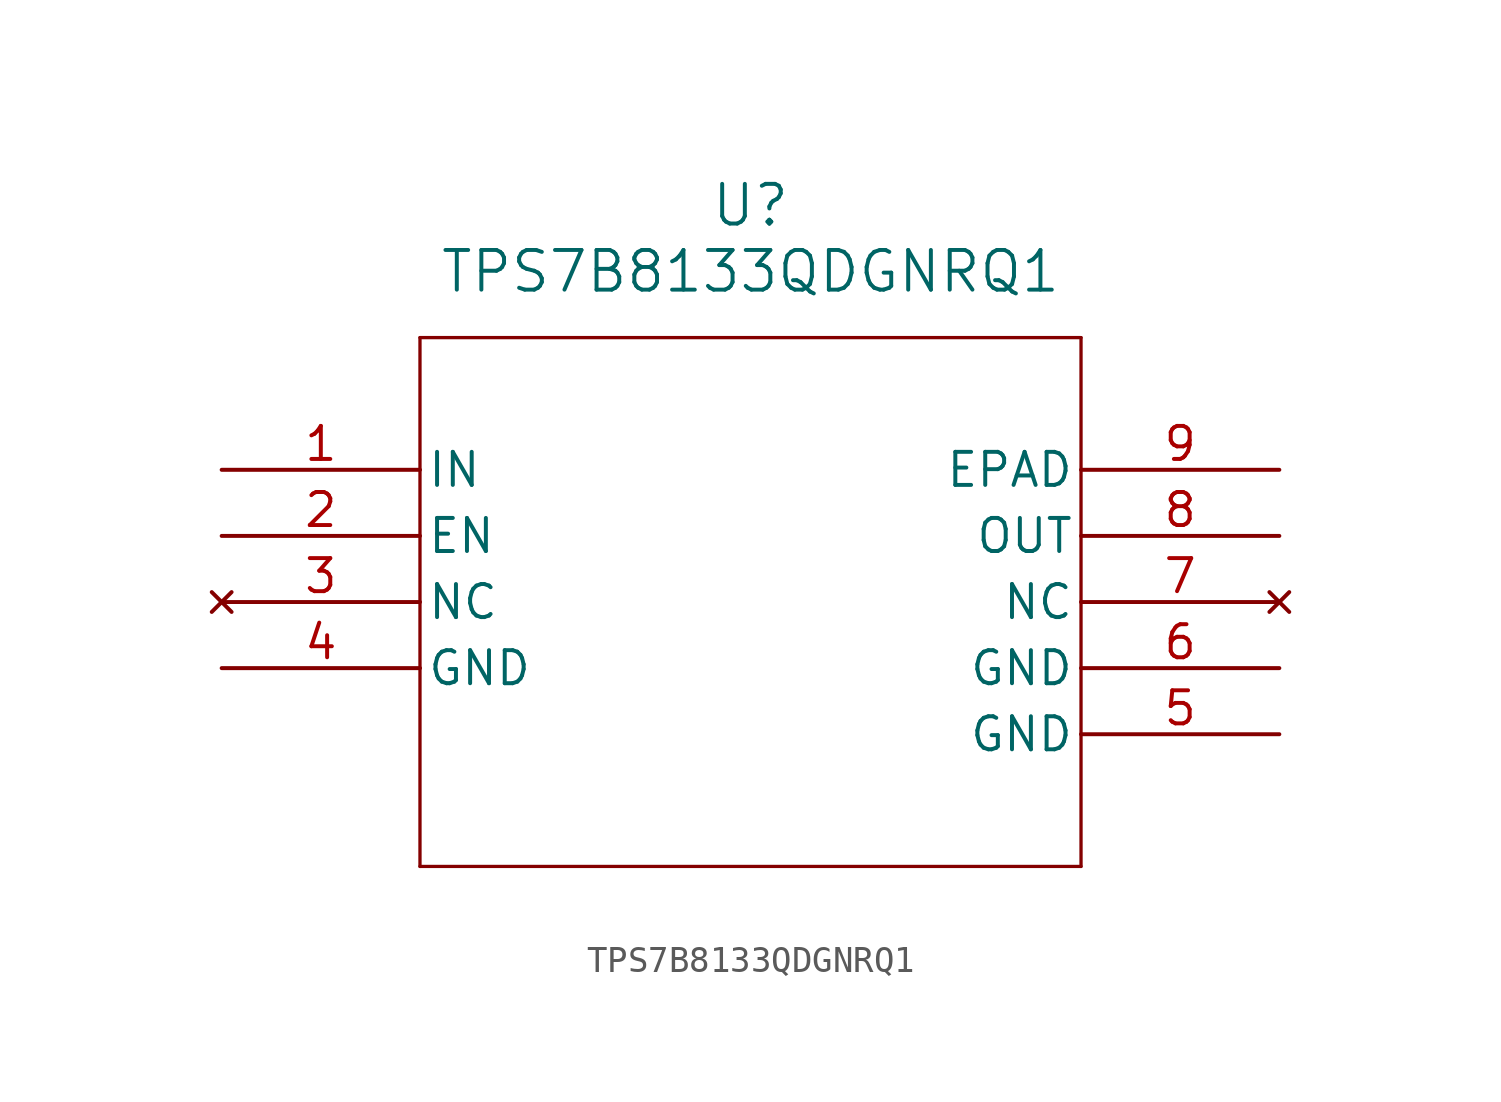
<source format=kicad_sym>
(kicad_symbol_lib
  (version 20211014)
  (generator kicad_symbol_editor)
  (symbol "TPS7B8133QDGNRQ1"
    (pin_names
      (offset 0.254))
    (property "Reference" "U"
      (at 20.32 10.16 0)
      (effects (font (size 1.524 1.524))))
    (property "Value" "TPS7B8133QDGNRQ1"
      (at 20.32 7.62 0)
      (effects (font (size 1.524 1.524))))
    (symbol "TPS7B8133QDGNRQ1_0_1"
      (polyline (pts (xy 7.62 5.08) (xy 7.62 -15.24)) (stroke (width 0.127) (type default) (color 0 0 0 0)) (fill (type none)))
      (polyline (pts (xy 7.62 -15.24) (xy 33.02 -15.24)) (stroke (width 0.127) (type default) (color 0 0 0 0)) (fill (type none)))
      (polyline (pts (xy 33.02 -15.24) (xy 33.02 5.08)) (stroke (width 0.127) (type default) (color 0 0 0 0)) (fill (type none)))
      (polyline (pts (xy 33.02 5.08) (xy 7.62 5.08)) (stroke (width 0.127) (type default) (color 0 0 0 0)) (fill (type none)))
      (pin input line (at 0 0 0) (length 7.62) (name "IN" (effects (font (size 1.27 1.27)))) (number "1" (effects (font (size 1.27 1.27)))))
      (pin input line (at 0 -2.54 0) (length 7.62) (name "EN" (effects (font (size 1.27 1.27)))) (number "2" (effects (font (size 1.27 1.27)))))
      (pin no_connect line (at 0 -5.08 0) (length 7.62) (name "NC" (effects (font (size 1.27 1.27)))) (number "3" (effects (font (size 1.27 1.27)))))
      (pin power_out line (at 0 -7.62 0) (length 7.62) (name "GND" (effects (font (size 1.27 1.27)))) (number "4" (effects (font (size 1.27 1.27)))))
      (pin power_out line (at 40.64 -10.16 180) (length 7.62) (name "GND" (effects (font (size 1.27 1.27)))) (number "5" (effects (font (size 1.27 1.27)))))
      (pin power_out line (at 40.64 -7.62 180) (length 7.62) (name "GND" (effects (font (size 1.27 1.27)))) (number "6" (effects (font (size 1.27 1.27)))))
      (pin no_connect line (at 40.64 -5.08 180) (length 7.62) (name "NC" (effects (font (size 1.27 1.27)))) (number "7" (effects (font (size 1.27 1.27)))))
      (pin output line (at 40.64 -2.54 180) (length 7.62) (name "OUT" (effects (font (size 1.27 1.27)))) (number "8" (effects (font (size 1.27 1.27)))))
      (pin power_out line (at 40.64 0 180) (length 7.62) (name "EPAD" (effects (font (size 1.27 1.27)))) (number "9" (effects (font (size 1.27 1.27))))))))
</source>
